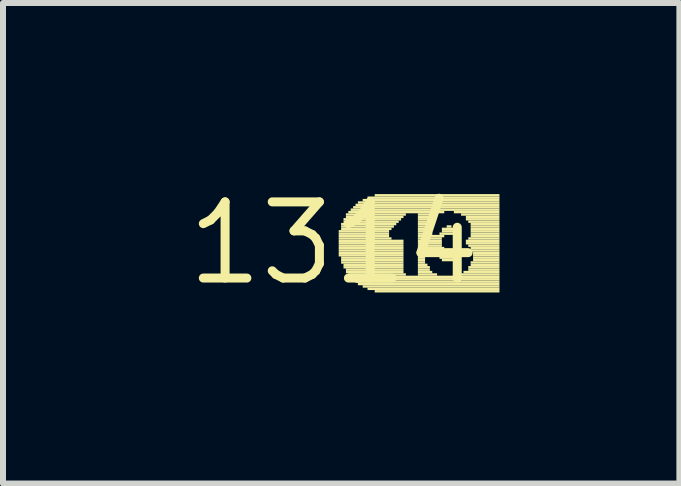
<source format=kicad_pcb>
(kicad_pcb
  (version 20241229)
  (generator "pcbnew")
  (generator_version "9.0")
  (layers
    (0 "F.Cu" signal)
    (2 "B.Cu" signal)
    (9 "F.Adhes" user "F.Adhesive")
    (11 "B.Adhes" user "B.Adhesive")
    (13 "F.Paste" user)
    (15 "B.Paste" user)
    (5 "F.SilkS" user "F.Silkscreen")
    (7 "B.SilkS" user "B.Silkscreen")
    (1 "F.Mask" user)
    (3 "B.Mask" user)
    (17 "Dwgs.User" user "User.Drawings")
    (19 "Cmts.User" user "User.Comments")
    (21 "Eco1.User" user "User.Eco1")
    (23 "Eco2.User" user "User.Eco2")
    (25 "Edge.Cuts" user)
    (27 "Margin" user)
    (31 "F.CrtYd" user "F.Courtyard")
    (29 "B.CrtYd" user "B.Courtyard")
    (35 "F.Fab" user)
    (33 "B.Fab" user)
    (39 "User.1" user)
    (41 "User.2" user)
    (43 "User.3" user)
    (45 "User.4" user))
  (footprint "1314"
    (layer "F.Cu")
    (at 2.517 1.006)
    (property "Reference" "1314" (at 0 0 0) (layer "F.SilkS") (effects (font (size 1.27 1.27) (thickness 0.15))))
    (attr through_hole)
    (fp_poly (pts (xy 0.08 -0.18) (xy 0.92 -0.18) (xy 0.92 -0.22) (xy 0.08 -0.22)) (stroke (width 0) (type solid)) (fill yes) (layer "F.SilkS"))
    (fp_poly (pts (xy 0.08 -0.14) (xy 0.92 -0.14) (xy 0.92 -0.18) (xy 0.08 -0.18)) (stroke (width 0) (type solid)) (fill yes) (layer "F.SilkS"))
    (fp_poly (pts (xy 0.08 -0.1) (xy 0.92 -0.1) (xy 0.92 -0.14) (xy 0.08 -0.14)) (stroke (width 0) (type solid)) (fill yes) (layer "F.SilkS"))
    (fp_poly (pts (xy 0.08 -0.06) (xy 0.96 -0.06) (xy 0.96 -0.1) (xy 0.08 -0.1)) (stroke (width 0) (type solid)) (fill yes) (layer "F.SilkS"))
    (fp_poly (pts (xy 0.08 -0.02) (xy 1.16 -0.02) (xy 1.16 -0.06) (xy 0.08 -0.06)) (stroke (width 0) (type solid)) (fill yes) (layer "F.SilkS"))
    (fp_poly (pts (xy 0.08 0.02) (xy 1.16 0.02) (xy 1.16 -0.02) (xy 0.08 -0.02)) (stroke (width 0) (type solid)) (fill yes) (layer "F.SilkS"))
    (fp_poly (pts (xy 0.08 0.06) (xy 1.16 0.06) (xy 1.16 0.02) (xy 0.08 0.02)) (stroke (width 0) (type solid)) (fill yes) (layer "F.SilkS"))
    (fp_poly (pts (xy 0.08 0.1) (xy 1.16 0.1) (xy 1.16 0.06) (xy 0.08 0.06)) (stroke (width 0) (type solid)) (fill yes) (layer "F.SilkS"))
    (fp_poly (pts (xy 0.08 0.14) (xy 1.16 0.14) (xy 1.16 0.1) (xy 0.08 0.1)) (stroke (width 0) (type solid)) (fill yes) (layer "F.SilkS"))
    (fp_poly (pts (xy 0.08 0.18) (xy 1.16 0.18) (xy 1.16 0.14) (xy 0.08 0.14)) (stroke (width 0) (type solid)) (fill yes) (layer "F.SilkS"))
    (fp_poly (pts (xy 0.08 0.22) (xy 1.16 0.22) (xy 1.16 0.18) (xy 0.08 0.18)) (stroke (width 0) (type solid)) (fill yes) (layer "F.SilkS"))
    (fp_poly (pts (xy 0.12 -0.3) (xy 1.04 -0.3) (xy 1.04 -0.34) (xy 0.12 -0.34)) (stroke (width 0) (type solid)) (fill yes) (layer "F.SilkS"))
    (fp_poly (pts (xy 0.12 -0.26) (xy 1 -0.26) (xy 1 -0.3) (xy 0.12 -0.3)) (stroke (width 0) (type solid)) (fill yes) (layer "F.SilkS"))
    (fp_poly (pts (xy 0.12 -0.22) (xy 0.96 -0.22) (xy 0.96 -0.26) (xy 0.12 -0.26)) (stroke (width 0) (type solid)) (fill yes) (layer "F.SilkS"))
    (fp_poly (pts (xy 0.12 0.26) (xy 1.16 0.26) (xy 1.16 0.22) (xy 0.12 0.22)) (stroke (width 0) (type solid)) (fill yes) (layer "F.SilkS"))
    (fp_poly (pts (xy 0.12 0.3) (xy 1.16 0.3) (xy 1.16 0.26) (xy 0.12 0.26)) (stroke (width 0) (type solid)) (fill yes) (layer "F.SilkS"))
    (fp_poly (pts (xy 0.12 0.34) (xy 1.16 0.34) (xy 1.16 0.3) (xy 0.12 0.3)) (stroke (width 0) (type solid)) (fill yes) (layer "F.SilkS"))
    (fp_poly (pts (xy 0.16 -0.38) (xy 1.12 -0.38) (xy 1.12 -0.42) (xy 0.16 -0.42)) (stroke (width 0) (type solid)) (fill yes) (layer "F.SilkS"))
    (fp_poly (pts (xy 0.16 -0.34) (xy 1.08 -0.34) (xy 1.08 -0.38) (xy 0.16 -0.38)) (stroke (width 0) (type solid)) (fill yes) (layer "F.SilkS"))
    (fp_poly (pts (xy 0.16 0.38) (xy 1.16 0.38) (xy 1.16 0.34) (xy 0.16 0.34)) (stroke (width 0) (type solid)) (fill yes) (layer "F.SilkS"))
    (fp_poly (pts (xy 0.16 0.42) (xy 1.16 0.42) (xy 1.16 0.38) (xy 0.16 0.38)) (stroke (width 0) (type solid)) (fill yes) (layer "F.SilkS"))
    (fp_poly (pts (xy 0.2 -0.46) (xy 1.2 -0.46) (xy 1.2 -0.5) (xy 0.2 -0.5)) (stroke (width 0) (type solid)) (fill yes) (layer "F.SilkS"))
    (fp_poly (pts (xy 0.2 -0.42) (xy 1.16 -0.42) (xy 1.16 -0.46) (xy 0.2 -0.46)) (stroke (width 0) (type solid)) (fill yes) (layer "F.SilkS"))
    (fp_poly (pts (xy 0.2 0.46) (xy 1.16 0.46) (xy 1.16 0.42) (xy 0.2 0.42)) (stroke (width 0) (type solid)) (fill yes) (layer "F.SilkS"))
    (fp_poly (pts (xy 0.2 0.5) (xy 1.16 0.5) (xy 1.16 0.46) (xy 0.2 0.46)) (stroke (width 0) (type solid)) (fill yes) (layer "F.SilkS"))
    (fp_poly (pts (xy 0.24 -0.5) (xy 1.84 -0.5) (xy 1.84 -0.54) (xy 0.24 -0.54)) (stroke (width 0) (type solid)) (fill yes) (layer "F.SilkS"))
    (fp_poly (pts (xy 0.24 0.54) (xy 1.2 0.54) (xy 1.2 0.5) (xy 0.24 0.5)) (stroke (width 0) (type solid)) (fill yes) (layer "F.SilkS"))
    (fp_poly (pts (xy 0.28 -0.54) (xy 2.76 -0.54) (xy 2.76 -0.58) (xy 0.28 -0.58)) (stroke (width 0) (type solid)) (fill yes) (layer "F.SilkS"))
    (fp_poly (pts (xy 0.28 0.58) (xy 2.76 0.58) (xy 2.76 0.54) (xy 0.28 0.54)) (stroke (width 0) (type solid)) (fill yes) (layer "F.SilkS"))
    (fp_poly (pts (xy 0.32 -0.58) (xy 2.76 -0.58) (xy 2.76 -0.62) (xy 0.32 -0.62)) (stroke (width 0) (type solid)) (fill yes) (layer "F.SilkS"))
    (fp_poly (pts (xy 0.32 0.62) (xy 2.76 0.62) (xy 2.76 0.58) (xy 0.32 0.58)) (stroke (width 0) (type solid)) (fill yes) (layer "F.SilkS"))
    (fp_poly (pts (xy 0.36 -0.62) (xy 2.76 -0.62) (xy 2.76 -0.66) (xy 0.36 -0.66)) (stroke (width 0) (type solid)) (fill yes) (layer "F.SilkS"))
    (fp_poly (pts (xy 0.36 0.66) (xy 2.76 0.66) (xy 2.76 0.62) (xy 0.36 0.62)) (stroke (width 0) (type solid)) (fill yes) (layer "F.SilkS"))
    (fp_poly (pts (xy 0.4 -0.66) (xy 2.76 -0.66) (xy 2.76 -0.7) (xy 0.4 -0.7)) (stroke (width 0) (type solid)) (fill yes) (layer "F.SilkS"))
    (fp_poly (pts (xy 0.4 0.7) (xy 2.76 0.7) (xy 2.76 0.66) (xy 0.4 0.66)) (stroke (width 0) (type solid)) (fill yes) (layer "F.SilkS"))
    (fp_poly (pts (xy 0.48 -0.7) (xy 2.76 -0.7) (xy 2.76 -0.74) (xy 0.48 -0.74)) (stroke (width 0) (type solid)) (fill yes) (layer "F.SilkS"))
    (fp_poly (pts (xy 0.48 0.74) (xy 2.76 0.74) (xy 2.76 0.7) (xy 0.48 0.7)) (stroke (width 0) (type solid)) (fill yes) (layer "F.SilkS"))
    (fp_poly (pts (xy 0.56 -0.74) (xy 2.76 -0.74) (xy 2.76 -0.78) (xy 0.56 -0.78)) (stroke (width 0) (type solid)) (fill yes) (layer "F.SilkS"))
    (fp_poly (pts (xy 0.56 0.78) (xy 2.76 0.78) (xy 2.76 0.74) (xy 0.56 0.74)) (stroke (width 0) (type solid)) (fill yes) (layer "F.SilkS"))
    (fp_poly (pts (xy 0.68 -0.78) (xy 2.76 -0.78) (xy 2.76 -0.82) (xy 0.68 -0.82)) (stroke (width 0) (type solid)) (fill yes) (layer "F.SilkS"))
    (fp_poly (pts (xy 0.68 0.82) (xy 2.76 0.82) (xy 2.76 0.78) (xy 0.68 0.78)) (stroke (width 0) (type solid)) (fill yes) (layer "F.SilkS"))
    (fp_poly (pts (xy 1.4 -0.46) (xy 1.72 -0.46) (xy 1.72 -0.5) (xy 1.4 -0.5)) (stroke (width 0) (type solid)) (fill yes) (layer "F.SilkS"))
    (fp_poly (pts (xy 1.4 -0.42) (xy 1.64 -0.42) (xy 1.64 -0.46) (xy 1.4 -0.46)) (stroke (width 0) (type solid)) (fill yes) (layer "F.SilkS"))
    (fp_poly (pts (xy 1.4 -0.38) (xy 1.6 -0.38) (xy 1.6 -0.42) (xy 1.4 -0.42)) (stroke (width 0) (type solid)) (fill yes) (layer "F.SilkS"))
    (fp_poly (pts (xy 1.4 -0.34) (xy 1.6 -0.34) (xy 1.6 -0.38) (xy 1.4 -0.38)) (stroke (width 0) (type solid)) (fill yes) (layer "F.SilkS"))
    (fp_poly (pts (xy 1.4 -0.3) (xy 1.56 -0.3) (xy 1.56 -0.34) (xy 1.4 -0.34)) (stroke (width 0) (type solid)) (fill yes) (layer "F.SilkS"))
    (fp_poly (pts (xy 1.4 -0.26) (xy 1.56 -0.26) (xy 1.56 -0.3) (xy 1.4 -0.3)) (stroke (width 0) (type solid)) (fill yes) (layer "F.SilkS"))
    (fp_poly (pts (xy 1.4 -0.22) (xy 1.56 -0.22) (xy 1.56 -0.26) (xy 1.4 -0.26)) (stroke (width 0) (type solid)) (fill yes) (layer "F.SilkS"))
    (fp_poly (pts (xy 1.4 -0.18) (xy 1.6 -0.18) (xy 1.6 -0.22) (xy 1.4 -0.22)) (stroke (width 0) (type solid)) (fill yes) (layer "F.SilkS"))
    (fp_poly (pts (xy 1.4 -0.14) (xy 1.64 -0.14) (xy 1.64 -0.18) (xy 1.4 -0.18)) (stroke (width 0) (type solid)) (fill yes) (layer "F.SilkS"))
    (fp_poly (pts (xy 1.4 -0.1) (xy 1.84 -0.1) (xy 1.84 -0.14) (xy 1.4 -0.14)) (stroke (width 0) (type solid)) (fill yes) (layer "F.SilkS"))
    (fp_poly (pts (xy 1.4 -0.06) (xy 1.8 -0.06) (xy 1.8 -0.1) (xy 1.4 -0.1)) (stroke (width 0) (type solid)) (fill yes) (layer "F.SilkS"))
    (fp_poly (pts (xy 1.4 -0.02) (xy 1.8 -0.02) (xy 1.8 -0.06) (xy 1.4 -0.06)) (stroke (width 0) (type solid)) (fill yes) (layer "F.SilkS"))
    (fp_poly (pts (xy 1.4 0.02) (xy 1.8 0.02) (xy 1.8 -0.02) (xy 1.4 -0.02)) (stroke (width 0) (type solid)) (fill yes) (layer "F.SilkS"))
    (fp_poly (pts (xy 1.4 0.06) (xy 1.8 0.06) (xy 1.8 0.02) (xy 1.4 0.02)) (stroke (width 0) (type solid)) (fill yes) (layer "F.SilkS"))
    (fp_poly (pts (xy 1.4 0.1) (xy 1.84 0.1) (xy 1.84 0.06) (xy 1.4 0.06)) (stroke (width 0) (type solid)) (fill yes) (layer "F.SilkS"))
    (fp_poly (pts (xy 1.4 0.14) (xy 2 0.14) (xy 2 0.1) (xy 1.4 0.1)) (stroke (width 0) (type solid)) (fill yes) (layer "F.SilkS"))
    (fp_poly (pts (xy 1.4 0.18) (xy 1.56 0.18) (xy 1.56 0.14) (xy 1.4 0.14)) (stroke (width 0) (type solid)) (fill yes) (layer "F.SilkS"))
    (fp_poly (pts (xy 1.4 0.22) (xy 1.52 0.22) (xy 1.52 0.18) (xy 1.4 0.18)) (stroke (width 0) (type solid)) (fill yes) (layer "F.SilkS"))
    (fp_poly (pts (xy 1.4 0.26) (xy 1.52 0.26) (xy 1.52 0.22) (xy 1.4 0.22)) (stroke (width 0) (type solid)) (fill yes) (layer "F.SilkS"))
    (fp_poly (pts (xy 1.4 0.3) (xy 1.52 0.3) (xy 1.52 0.26) (xy 1.4 0.26)) (stroke (width 0) (type solid)) (fill yes) (layer "F.SilkS"))
    (fp_poly (pts (xy 1.4 0.34) (xy 1.52 0.34) (xy 1.52 0.3) (xy 1.4 0.3)) (stroke (width 0) (type solid)) (fill yes) (layer "F.SilkS"))
    (fp_poly (pts (xy 1.4 0.38) (xy 1.56 0.38) (xy 1.56 0.34) (xy 1.4 0.34)) (stroke (width 0) (type solid)) (fill yes) (layer "F.SilkS"))
    (fp_poly (pts (xy 1.4 0.42) (xy 1.6 0.42) (xy 1.6 0.38) (xy 1.4 0.38)) (stroke (width 0) (type solid)) (fill yes) (layer "F.SilkS"))
    (fp_poly (pts (xy 1.4 0.46) (xy 1.6 0.46) (xy 1.6 0.42) (xy 1.4 0.42)) (stroke (width 0) (type solid)) (fill yes) (layer "F.SilkS"))
    (fp_poly (pts (xy 1.4 0.5) (xy 1.64 0.5) (xy 1.64 0.46) (xy 1.4 0.46)) (stroke (width 0) (type solid)) (fill yes) (layer "F.SilkS"))
    (fp_poly (pts (xy 1.4 0.54) (xy 1.72 0.54) (xy 1.72 0.5) (xy 1.4 0.5)) (stroke (width 0) (type solid)) (fill yes) (layer "F.SilkS"))
    (fp_poly (pts (xy 1.72 0.18) (xy 2.04 0.18) (xy 2.04 0.14) (xy 1.72 0.14)) (stroke (width 0) (type solid)) (fill yes) (layer "F.SilkS"))
    (fp_poly (pts (xy 1.76 -0.14) (xy 2 -0.14) (xy 2 -0.18) (xy 1.76 -0.18)) (stroke (width 0) (type solid)) (fill yes) (layer "F.SilkS"))
    (fp_poly (pts (xy 1.76 0.22) (xy 2.08 0.22) (xy 2.08 0.18) (xy 1.76 0.18)) (stroke (width 0) (type solid)) (fill yes) (layer "F.SilkS"))
    (fp_poly (pts (xy 1.76 0.26) (xy 2.04 0.26) (xy 2.04 0.22) (xy 1.76 0.22)) (stroke (width 0) (type solid)) (fill yes) (layer "F.SilkS"))
    (fp_poly (pts (xy 1.8 -0.22) (xy 2.04 -0.22) (xy 2.04 -0.26) (xy 1.8 -0.26)) (stroke (width 0) (type solid)) (fill yes) (layer "F.SilkS"))
    (fp_poly (pts (xy 1.8 -0.18) (xy 2.04 -0.18) (xy 2.04 -0.22) (xy 1.8 -0.22)) (stroke (width 0) (type solid)) (fill yes) (layer "F.SilkS"))
    (fp_poly (pts (xy 1.8 0.3) (xy 2.04 0.3) (xy 2.04 0.26) (xy 1.8 0.26)) (stroke (width 0) (type solid)) (fill yes) (layer "F.SilkS"))
    (fp_poly (pts (xy 1.88 -0.26) (xy 1.96 -0.26) (xy 1.96 -0.3) (xy 1.88 -0.3)) (stroke (width 0) (type solid)) (fill yes) (layer "F.SilkS"))
    (fp_poly (pts (xy 2 -0.5) (xy 2.76 -0.5) (xy 2.76 -0.54) (xy 2 -0.54)) (stroke (width 0) (type solid)) (fill yes) (layer "F.SilkS"))
    (fp_poly (pts (xy 2.12 -0.46) (xy 2.76 -0.46) (xy 2.76 -0.5) (xy 2.12 -0.5)) (stroke (width 0) (type solid)) (fill yes) (layer "F.SilkS"))
    (fp_poly (pts (xy 2.12 0.54) (xy 2.76 0.54) (xy 2.76 0.5) (xy 2.12 0.5)) (stroke (width 0) (type solid)) (fill yes) (layer "F.SilkS"))
    (fp_poly (pts (xy 2.16 0.5) (xy 2.76 0.5) (xy 2.76 0.46) (xy 2.16 0.46)) (stroke (width 0) (type solid)) (fill yes) (layer "F.SilkS"))
    (fp_poly (pts (xy 2.2 -0.42) (xy 2.76 -0.42) (xy 2.76 -0.46) (xy 2.2 -0.46)) (stroke (width 0) (type solid)) (fill yes) (layer "F.SilkS"))
    (fp_poly (pts (xy 2.2 -0.38) (xy 2.76 -0.38) (xy 2.76 -0.42) (xy 2.2 -0.42)) (stroke (width 0) (type solid)) (fill yes) (layer "F.SilkS"))
    (fp_poly (pts (xy 2.2 -0.02) (xy 2.76 -0.02) (xy 2.76 -0.06) (xy 2.2 -0.06)) (stroke (width 0) (type solid)) (fill yes) (layer "F.SilkS"))
    (fp_poly (pts (xy 2.2 0.02) (xy 2.76 0.02) (xy 2.76 -0.02) (xy 2.2 -0.02)) (stroke (width 0) (type solid)) (fill yes) (layer "F.SilkS"))
    (fp_poly (pts (xy 2.24 -0.34) (xy 2.76 -0.34) (xy 2.76 -0.38) (xy 2.24 -0.38)) (stroke (width 0) (type solid)) (fill yes) (layer "F.SilkS"))
    (fp_poly (pts (xy 2.24 -0.06) (xy 2.76 -0.06) (xy 2.76 -0.1) (xy 2.24 -0.1)) (stroke (width 0) (type solid)) (fill yes) (layer "F.SilkS"))
    (fp_poly (pts (xy 2.24 0.06) (xy 2.76 0.06) (xy 2.76 0.02) (xy 2.24 0.02)) (stroke (width 0) (type solid)) (fill yes) (layer "F.SilkS"))
    (fp_poly (pts (xy 2.24 0.42) (xy 2.76 0.42) (xy 2.76 0.38) (xy 2.24 0.38)) (stroke (width 0) (type solid)) (fill yes) (layer "F.SilkS"))
    (fp_poly (pts (xy 2.24 0.46) (xy 2.76 0.46) (xy 2.76 0.42) (xy 2.24 0.42)) (stroke (width 0) (type solid)) (fill yes) (layer "F.SilkS"))
    (fp_poly (pts (xy 2.28 -0.3) (xy 2.76 -0.3) (xy 2.76 -0.34) (xy 2.28 -0.34)) (stroke (width 0) (type solid)) (fill yes) (layer "F.SilkS"))
    (fp_poly (pts (xy 2.28 -0.26) (xy 2.76 -0.26) (xy 2.76 -0.3) (xy 2.28 -0.3)) (stroke (width 0) (type solid)) (fill yes) (layer "F.SilkS"))
    (fp_poly (pts (xy 2.28 -0.22) (xy 2.76 -0.22) (xy 2.76 -0.26) (xy 2.28 -0.26)) (stroke (width 0) (type solid)) (fill yes) (layer "F.SilkS"))
    (fp_poly (pts (xy 2.28 -0.18) (xy 2.76 -0.18) (xy 2.76 -0.22) (xy 2.28 -0.22)) (stroke (width 0) (type solid)) (fill yes) (layer "F.SilkS"))
    (fp_poly (pts (xy 2.28 -0.14) (xy 2.76 -0.14) (xy 2.76 -0.18) (xy 2.28 -0.18)) (stroke (width 0) (type solid)) (fill yes) (layer "F.SilkS"))
    (fp_poly (pts (xy 2.28 -0.1) (xy 2.76 -0.1) (xy 2.76 -0.14) (xy 2.28 -0.14)) (stroke (width 0) (type solid)) (fill yes) (layer "F.SilkS"))
    (fp_poly (pts (xy 2.28 0.1) (xy 2.76 0.1) (xy 2.76 0.06) (xy 2.28 0.06)) (stroke (width 0) (type solid)) (fill yes) (layer "F.SilkS"))
    (fp_poly (pts (xy 2.28 0.14) (xy 2.76 0.14) (xy 2.76 0.1) (xy 2.28 0.1)) (stroke (width 0) (type solid)) (fill yes) (layer "F.SilkS"))
    (fp_poly (pts (xy 2.28 0.34) (xy 2.76 0.34) (xy 2.76 0.3) (xy 2.28 0.3)) (stroke (width 0) (type solid)) (fill yes) (layer "F.SilkS"))
    (fp_poly (pts (xy 2.28 0.38) (xy 2.76 0.38) (xy 2.76 0.34) (xy 2.28 0.34)) (stroke (width 0) (type solid)) (fill yes) (layer "F.SilkS"))
    (fp_poly (pts (xy 2.32 0.18) (xy 2.76 0.18) (xy 2.76 0.14) (xy 2.32 0.14)) (stroke (width 0) (type solid)) (fill yes) (layer "F.SilkS"))
    (fp_poly (pts (xy 2.32 0.22) (xy 2.76 0.22) (xy 2.76 0.18) (xy 2.32 0.18)) (stroke (width 0) (type solid)) (fill yes) (layer "F.SilkS"))
    (fp_poly (pts (xy 2.32 0.26) (xy 2.76 0.26) (xy 2.76 0.22) (xy 2.32 0.22)) (stroke (width 0) (type solid)) (fill yes) (layer "F.SilkS"))
    (fp_poly (pts (xy 2.32 0.3) (xy 2.76 0.3) (xy 2.76 0.26) (xy 2.32 0.26)) (stroke (width 0) (type solid)) (fill yes) (layer "F.SilkS")))
  (gr_rect
    (start -3 -3)
    (end 8.277 5.012)
    (stroke (width 0.1) (type default))
    (fill no)
    (layer "Edge.Cuts")))
</source>
